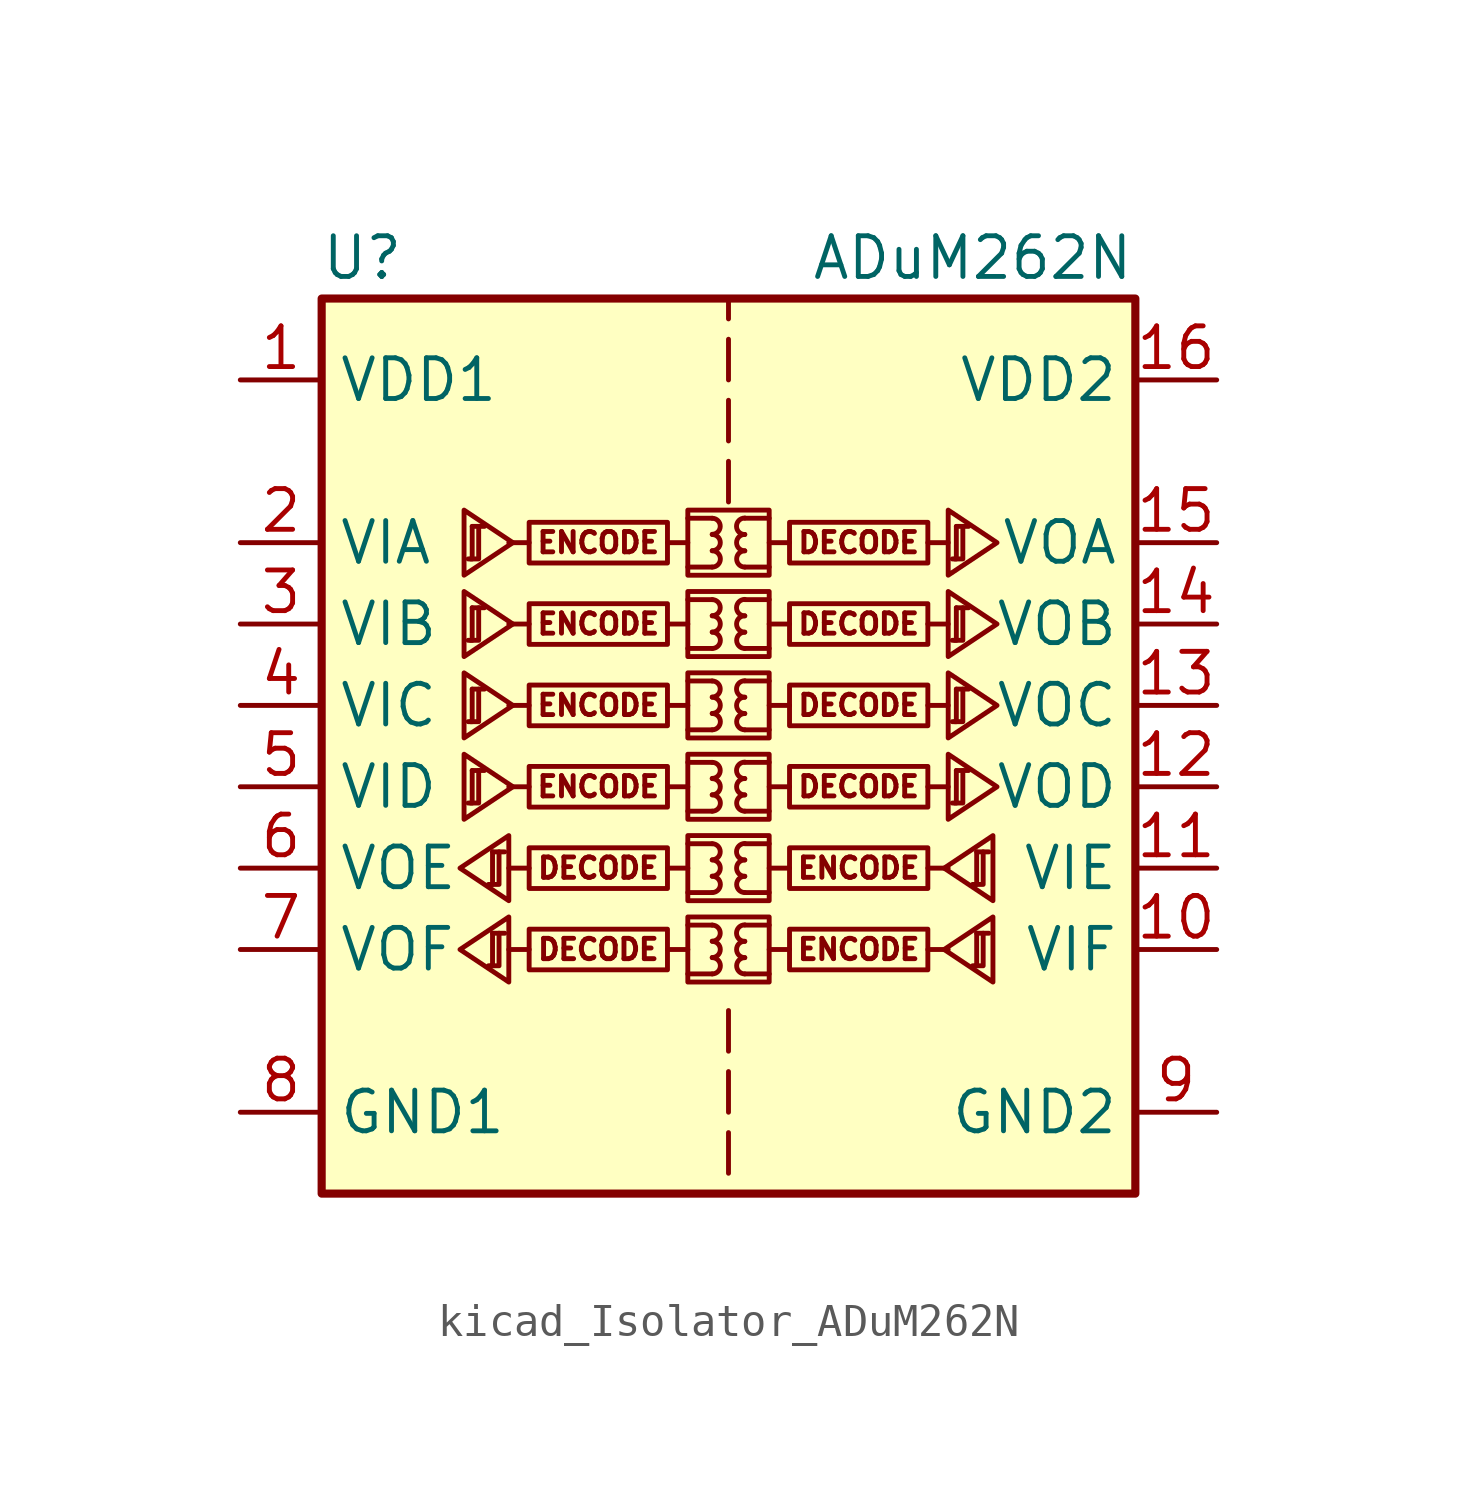
<source format=kicad_sym>
(kicad_symbol_lib
  (version 20220914)
  (generator kicad_symbol_editor)
  (symbol "kicad_Isolator_ADuM262N"
    (property "Reference" "U"
      (at -11.43 16.51 0)
      (effects (font (size 1.27 1.27))))
    (property "Value" "ADuM262N"
      (at 7.62 16.51 0)
      (effects (font (size 1.27 1.27))))
    (symbol "kicad_Isolator_ADuM262N_1_0"
      (rectangle (start -1.27 -4.064) (end 1.27 -6.096) (stroke (width 0) (type default)) (fill (type none)))
      (rectangle (start -1.27 -1.524) (end 1.27 -3.556) (stroke (width 0) (type default)) (fill (type none)))
      (rectangle (start -1.27 1.016) (end 1.27 -1.016) (stroke (width 0) (type default)) (fill (type none)))
      (rectangle (start -1.27 3.556) (end 1.27 1.524) (stroke (width 0) (type default)) (fill (type none)))
      (rectangle (start -1.27 6.096) (end 1.27 4.064) (stroke (width 0) (type default)) (fill (type none)))
      (rectangle (start -1.27 8.636) (end 1.27 6.604) (stroke (width 0) (type default)) (fill (type none)))
      (arc (start -0.508 -5.842) (mid -0.2551 -5.588) (end -0.508 -5.334) (stroke (width 0) (type default)) (fill (type none)))
      (arc (start -0.508 -5.334) (mid -0.2551 -5.08) (end -0.508 -4.826) (stroke (width 0) (type default)) (fill (type none)))
      (arc (start -0.508 -4.826) (mid -0.2551 -4.572) (end -0.508 -4.318) (stroke (width 0) (type default)) (fill (type none)))
      (arc (start -0.508 -3.302) (mid -0.2551 -3.048) (end -0.508 -2.794) (stroke (width 0) (type default)) (fill (type none)))
      (arc (start -0.508 -2.794) (mid -0.2551 -2.54) (end -0.508 -2.286) (stroke (width 0) (type default)) (fill (type none)))
      (arc (start -0.508 -2.286) (mid -0.2551 -2.032) (end -0.508 -1.778) (stroke (width 0) (type default)) (fill (type none)))
      (arc (start -0.508 -0.762) (mid -0.2551 -0.508) (end -0.508 -0.254) (stroke (width 0) (type default)) (fill (type none)))
      (arc (start -0.508 -0.254) (mid -0.2551 0) (end -0.508 0.254) (stroke (width 0) (type default)) (fill (type none)))
      (arc (start -0.508 0.254) (mid -0.2551 0.508) (end -0.508 0.762) (stroke (width 0) (type default)) (fill (type none)))
      (arc (start -0.508 1.778) (mid -0.2551 2.032) (end -0.508 2.286) (stroke (width 0) (type default)) (fill (type none)))
      (arc (start -0.508 2.286) (mid -0.2551 2.54) (end -0.508 2.794) (stroke (width 0) (type default)) (fill (type none)))
      (arc (start -0.508 2.794) (mid -0.2551 3.048) (end -0.508 3.302) (stroke (width 0) (type default)) (fill (type none)))
      (arc (start -0.508 4.318) (mid -0.2551 4.572) (end -0.508 4.826) (stroke (width 0) (type default)) (fill (type none)))
      (arc (start -0.508 4.826) (mid -0.2551 5.08) (end -0.508 5.334) (stroke (width 0) (type default)) (fill (type none)))
      (arc (start -0.508 5.334) (mid -0.2551 5.588) (end -0.508 5.842) (stroke (width 0) (type default)) (fill (type none)))
      (arc (start -0.508 6.858) (mid -0.2551 7.112) (end -0.508 7.366) (stroke (width 0) (type default)) (fill (type none)))
      (arc (start -0.508 7.366) (mid -0.2551 7.62) (end -0.508 7.874) (stroke (width 0) (type default)) (fill (type none)))
      (arc (start -0.508 7.874) (mid -0.2551 8.128) (end -0.508 8.382) (stroke (width 0) (type default)) (fill (type none)))
      (polyline (pts (xy -6.223 -5.08) (xy -6.858 -5.08)) (stroke (width 0) (type default)) (fill (type none)))
      (polyline (pts (xy -6.223 -2.54) (xy -6.858 -2.54)) (stroke (width 0) (type default)) (fill (type none)))
      (polyline (pts (xy -6.223 0) (xy -6.858 0)) (stroke (width 0) (type default)) (fill (type none)))
      (polyline (pts (xy -6.223 2.54) (xy -6.858 2.54)) (stroke (width 0) (type default)) (fill (type none)))
      (polyline (pts (xy -6.223 5.08) (xy -6.858 5.08)) (stroke (width 0) (type default)) (fill (type none)))
      (polyline (pts (xy -6.223 7.62) (xy -6.858 7.62)) (stroke (width 0) (type default)) (fill (type none)))
      (polyline (pts (xy -1.905 -5.08) (xy -1.27 -5.08)) (stroke (width 0) (type default)) (fill (type none)))
      (polyline (pts (xy -1.905 -2.54) (xy -1.27 -2.54)) (stroke (width 0) (type default)) (fill (type none)))
      (polyline (pts (xy -1.905 0) (xy -1.27 0)) (stroke (width 0) (type default)) (fill (type none)))
      (polyline (pts (xy -1.905 2.54) (xy -1.27 2.54)) (stroke (width 0) (type default)) (fill (type none)))
      (polyline (pts (xy -1.905 5.08) (xy -1.27 5.08)) (stroke (width 0) (type default)) (fill (type none)))
      (polyline (pts (xy -1.905 7.62) (xy -1.27 7.62)) (stroke (width 0) (type default)) (fill (type none)))
      (polyline (pts (xy -1.27 -5.842) (xy -0.508 -5.842)) (stroke (width 0) (type default)) (fill (type none)))
      (polyline (pts (xy -1.27 -4.318) (xy -0.508 -4.318)) (stroke (width 0) (type default)) (fill (type none)))
      (polyline (pts (xy -1.27 -3.302) (xy -0.508 -3.302)) (stroke (width 0) (type default)) (fill (type none)))
      (polyline (pts (xy -1.27 -1.778) (xy -0.508 -1.778)) (stroke (width 0) (type default)) (fill (type none)))
      (polyline (pts (xy -1.27 -0.762) (xy -0.508 -0.762)) (stroke (width 0) (type default)) (fill (type none)))
      (polyline (pts (xy -1.27 0.762) (xy -0.508 0.762)) (stroke (width 0) (type default)) (fill (type none)))
      (polyline (pts (xy -1.27 1.778) (xy -0.508 1.778)) (stroke (width 0) (type default)) (fill (type none)))
      (polyline (pts (xy -1.27 3.302) (xy -0.508 3.302)) (stroke (width 0) (type default)) (fill (type none)))
      (polyline (pts (xy -1.27 4.318) (xy -0.508 4.318)) (stroke (width 0) (type default)) (fill (type none)))
      (polyline (pts (xy -1.27 5.842) (xy -0.508 5.842)) (stroke (width 0) (type default)) (fill (type none)))
      (polyline (pts (xy -1.27 6.858) (xy -0.508 6.858)) (stroke (width 0) (type default)) (fill (type none)))
      (polyline (pts (xy -1.27 8.382) (xy -0.508 8.382)) (stroke (width 0) (type default)) (fill (type none)))
      (polyline (pts (xy 0 -10.795) (xy 0 -12.065)) (stroke (width 0) (type default)) (fill (type none)))
      (polyline (pts (xy 0 -8.89) (xy 0 -10.16)) (stroke (width 0) (type default)) (fill (type none)))
      (polyline (pts (xy 0 -6.985) (xy 0 -8.255)) (stroke (width 0) (type default)) (fill (type none)))
      (polyline (pts (xy 0 8.89) (xy 0 10.16)) (stroke (width 0) (type default)) (fill (type none)))
      (polyline (pts (xy 0 10.795) (xy 0 12.065)) (stroke (width 0) (type default)) (fill (type none)))
      (polyline (pts (xy 0 12.7) (xy 0 13.97)) (stroke (width 0) (type default)) (fill (type none)))
      (polyline (pts (xy 0 15.24) (xy 0 14.605)) (stroke (width 0) (type default)) (fill (type none)))
      (polyline (pts (xy 1.27 -5.842) (xy 0.508 -5.842)) (stroke (width 0) (type default)) (fill (type none)))
      (polyline (pts (xy 1.27 -4.318) (xy 0.508 -4.318)) (stroke (width 0) (type default)) (fill (type none)))
      (polyline (pts (xy 1.27 -3.302) (xy 0.508 -3.302)) (stroke (width 0) (type default)) (fill (type none)))
      (polyline (pts (xy 1.27 -1.778) (xy 0.508 -1.778)) (stroke (width 0) (type default)) (fill (type none)))
      (polyline (pts (xy 1.27 -0.762) (xy 0.508 -0.762)) (stroke (width 0) (type default)) (fill (type none)))
      (polyline (pts (xy 1.27 0.762) (xy 0.508 0.762)) (stroke (width 0) (type default)) (fill (type none)))
      (polyline (pts (xy 1.27 1.778) (xy 0.508 1.778)) (stroke (width 0) (type default)) (fill (type none)))
      (polyline (pts (xy 1.27 3.302) (xy 0.508 3.302)) (stroke (width 0) (type default)) (fill (type none)))
      (polyline (pts (xy 1.27 4.318) (xy 0.508 4.318)) (stroke (width 0) (type default)) (fill (type none)))
      (polyline (pts (xy 1.27 5.842) (xy 0.508 5.842)) (stroke (width 0) (type default)) (fill (type none)))
      (polyline (pts (xy 1.27 6.858) (xy 0.508 6.858)) (stroke (width 0) (type default)) (fill (type none)))
      (polyline (pts (xy 1.27 8.382) (xy 0.508 8.382)) (stroke (width 0) (type default)) (fill (type none)))
      (polyline (pts (xy 1.905 -5.08) (xy 1.27 -5.08)) (stroke (width 0) (type default)) (fill (type none)))
      (polyline (pts (xy 1.905 -2.54) (xy 1.27 -2.54)) (stroke (width 0) (type default)) (fill (type none)))
      (polyline (pts (xy 1.905 0) (xy 1.27 0)) (stroke (width 0) (type default)) (fill (type none)))
      (polyline (pts (xy 1.905 2.54) (xy 1.27 2.54)) (stroke (width 0) (type default)) (fill (type none)))
      (polyline (pts (xy 1.905 5.08) (xy 1.27 5.08)) (stroke (width 0) (type default)) (fill (type none)))
      (polyline (pts (xy 1.905 7.62) (xy 1.27 7.62)) (stroke (width 0) (type default)) (fill (type none)))
      (polyline (pts (xy 6.223 -5.08) (xy 6.858 -5.08)) (stroke (width 0) (type default)) (fill (type none)))
      (polyline (pts (xy 6.223 -2.54) (xy 6.858 -2.54)) (stroke (width 0) (type default)) (fill (type none)))
      (polyline (pts (xy 6.223 0) (xy 6.858 0)) (stroke (width 0) (type default)) (fill (type none)))
      (polyline (pts (xy 6.223 2.54) (xy 6.858 2.54)) (stroke (width 0) (type default)) (fill (type none)))
      (polyline (pts (xy 6.223 5.08) (xy 6.858 5.08)) (stroke (width 0) (type default)) (fill (type none)))
      (polyline (pts (xy 6.223 7.62) (xy 6.858 7.62)) (stroke (width 0) (type default)) (fill (type none)))
      (arc (start 0.508 -5.334) (mid 0.2551 -5.588) (end 0.508 -5.842) (stroke (width 0) (type default)) (fill (type none)))
      (arc (start 0.508 -4.826) (mid 0.2551 -5.08) (end 0.508 -5.334) (stroke (width 0) (type default)) (fill (type none)))
      (arc (start 0.508 -4.318) (mid 0.2551 -4.572) (end 0.508 -4.826) (stroke (width 0) (type default)) (fill (type none)))
      (arc (start 0.508 -2.794) (mid 0.2551 -3.048) (end 0.508 -3.302) (stroke (width 0) (type default)) (fill (type none)))
      (arc (start 0.508 -2.286) (mid 0.2551 -2.54) (end 0.508 -2.794) (stroke (width 0) (type default)) (fill (type none)))
      (arc (start 0.508 -1.778) (mid 0.2551 -2.032) (end 0.508 -2.286) (stroke (width 0) (type default)) (fill (type none)))
      (arc (start 0.508 -0.254) (mid 0.2551 -0.508) (end 0.508 -0.762) (stroke (width 0) (type default)) (fill (type none)))
      (arc (start 0.508 0.254) (mid 0.2551 0) (end 0.508 -0.254) (stroke (width 0) (type default)) (fill (type none)))
      (arc (start 0.508 0.762) (mid 0.2551 0.508) (end 0.508 0.254) (stroke (width 0) (type default)) (fill (type none)))
      (arc (start 0.508 2.286) (mid 0.2551 2.032) (end 0.508 1.778) (stroke (width 0) (type default)) (fill (type none)))
      (arc (start 0.508 2.794) (mid 0.2551 2.54) (end 0.508 2.286) (stroke (width 0) (type default)) (fill (type none)))
      (arc (start 0.508 3.302) (mid 0.2551 3.048) (end 0.508 2.794) (stroke (width 0) (type default)) (fill (type none)))
      (arc (start 0.508 4.826) (mid 0.2551 4.572) (end 0.508 4.318) (stroke (width 0) (type default)) (fill (type none)))
      (arc (start 0.508 5.334) (mid 0.2551 5.08) (end 0.508 4.826) (stroke (width 0) (type default)) (fill (type none)))
      (arc (start 0.508 5.842) (mid 0.2551 5.588) (end 0.508 5.334) (stroke (width 0) (type default)) (fill (type none)))
      (arc (start 0.508 7.366) (mid 0.2551 7.112) (end 0.508 6.858) (stroke (width 0) (type default)) (fill (type none)))
      (arc (start 0.508 7.874) (mid 0.2551 7.62) (end 0.508 7.366) (stroke (width 0) (type default)) (fill (type none)))
      (arc (start 0.508 8.382) (mid 0.2551 8.128) (end 0.508 7.874) (stroke (width 0) (type default)) (fill (type none)))
      (rectangle (start 1.905 -4.445) (end 6.223 -5.715) (stroke (width 0) (type default)) (fill (type none)))
      (rectangle (start 1.905 -1.905) (end 6.223 -3.175) (stroke (width 0) (type default)) (fill (type none)))
      (rectangle (start 1.905 0.635) (end 6.223 -0.635) (stroke (width 0) (type default)) (fill (type none)))
      (rectangle (start 1.905 3.175) (end 6.223 1.905) (stroke (width 0) (type default)) (fill (type none)))
      (rectangle (start 1.905 5.715) (end 6.223 4.445) (stroke (width 0) (type default)) (fill (type none)))
      (rectangle (start 1.905 8.255) (end 6.223 6.985) (stroke (width 0) (type default)) (fill (type none)))
      (text "DECODE" (at -4.064 -5.08 0) (effects (font (size 0.635 0.635))))
      (text "DECODE" (at -4.064 -2.54 0) (effects (font (size 0.635 0.635))))
      (text "DECODE" (at 4.064 0 0) (effects (font (size 0.635 0.635))))
      (text "DECODE" (at 4.064 2.54 0) (effects (font (size 0.635 0.635))))
      (text "DECODE" (at 4.064 5.08 0) (effects (font (size 0.635 0.635))))
      (text "DECODE" (at 4.064 7.62 0) (effects (font (size 0.635 0.635))))
      (text "ENCODE" (at -4.064 0 0) (effects (font (size 0.635 0.635))))
      (text "ENCODE" (at -4.064 2.54 0) (effects (font (size 0.635 0.635))))
      (text "ENCODE" (at -4.064 5.08 0) (effects (font (size 0.635 0.635))))
      (text "ENCODE" (at -4.064 7.62 0) (effects (font (size 0.635 0.635))))
      (text "ENCODE" (at 4.064 -5.08 0) (effects (font (size 0.635 0.635))))
      (text "ENCODE" (at 4.064 -2.54 0) (effects (font (size 0.635 0.635)))))
    (symbol "kicad_Isolator_ADuM262N_1_1"
      (rectangle (start -12.7 15.24) (end 12.7 -12.7) (stroke (width 0.254) (type default)) (fill (type background)))
      (rectangle (start -1.905 -4.445) (end -6.223 -5.715) (stroke (width 0) (type default)) (fill (type none)))
      (rectangle (start -1.905 -1.905) (end -6.223 -3.175) (stroke (width 0) (type default)) (fill (type none)))
      (rectangle (start -1.905 0.635) (end -6.223 -0.635) (stroke (width 0) (type default)) (fill (type none)))
      (rectangle (start -1.905 3.175) (end -6.223 1.905) (stroke (width 0) (type default)) (fill (type none)))
      (rectangle (start -1.905 5.715) (end -6.223 4.445) (stroke (width 0) (type default)) (fill (type none)))
      (rectangle (start -1.905 8.255) (end -6.223 6.985) (stroke (width 0) (type default)) (fill (type none)))
      (polyline (pts (xy -8.001 0.508) (xy -7.62 0.508)) (stroke (width 0) (type default)) (fill (type none)))
      (polyline (pts (xy -8.001 3.048) (xy -7.62 3.048)) (stroke (width 0) (type default)) (fill (type none)))
      (polyline (pts (xy -8.001 5.588) (xy -7.62 5.588)) (stroke (width 0) (type default)) (fill (type none)))
      (polyline (pts (xy -8.001 8.128) (xy -7.62 8.128)) (stroke (width 0) (type default)) (fill (type none)))
      (polyline (pts (xy -7.366 -4.572) (xy -6.985 -4.572)) (stroke (width 0) (type default)) (fill (type none)))
      (polyline (pts (xy -7.366 -2.032) (xy -6.985 -2.032)) (stroke (width 0) (type default)) (fill (type none)))
      (polyline (pts (xy 7.112 0.508) (xy 7.493 0.508)) (stroke (width 0) (type default)) (fill (type none)))
      (polyline (pts (xy 7.112 3.048) (xy 7.493 3.048)) (stroke (width 0) (type default)) (fill (type none)))
      (polyline (pts (xy 7.112 5.588) (xy 7.493 5.588)) (stroke (width 0) (type default)) (fill (type none)))
      (polyline (pts (xy 7.112 8.128) (xy 7.493 8.128)) (stroke (width 0) (type default)) (fill (type none)))
      (polyline (pts (xy 7.747 -4.572) (xy 8.128 -4.572)) (stroke (width 0) (type default)) (fill (type none)))
      (polyline (pts (xy 7.747 -2.032) (xy 8.128 -2.032)) (stroke (width 0) (type default)) (fill (type none)))
      (polyline (pts (xy -8.052 -0.508) (xy -7.798 -0.508) (xy -7.798 0.508)) (stroke (width 0) (type default)) (fill (type none)))
      (polyline (pts (xy -8.052 2.032) (xy -7.798 2.032) (xy -7.798 3.048)) (stroke (width 0) (type default)) (fill (type none)))
      (polyline (pts (xy -8.052 4.572) (xy -7.798 4.572) (xy -7.798 5.588)) (stroke (width 0) (type default)) (fill (type none)))
      (polyline (pts (xy -8.052 7.112) (xy -7.798 7.112) (xy -7.798 8.128)) (stroke (width 0) (type default)) (fill (type none)))
      (polyline (pts (xy -8.001 0.508) (xy -8.001 -0.508) (xy -8.128 -0.508)) (stroke (width 0) (type default)) (fill (type none)))
      (polyline (pts (xy -8.001 3.048) (xy -8.001 2.032) (xy -8.128 2.032)) (stroke (width 0) (type default)) (fill (type none)))
      (polyline (pts (xy -8.001 5.588) (xy -8.001 4.572) (xy -8.128 4.572)) (stroke (width 0) (type default)) (fill (type none)))
      (polyline (pts (xy -8.001 8.128) (xy -8.001 7.112) (xy -8.128 7.112)) (stroke (width 0) (type default)) (fill (type none)))
      (polyline (pts (xy -7.417 -5.588) (xy -7.163 -5.588) (xy -7.163 -4.572)) (stroke (width 0) (type default)) (fill (type none)))
      (polyline (pts (xy -7.417 -3.048) (xy -7.163 -3.048) (xy -7.163 -2.032)) (stroke (width 0) (type default)) (fill (type none)))
      (polyline (pts (xy -7.366 -4.572) (xy -7.366 -5.588) (xy -7.493 -5.588)) (stroke (width 0) (type default)) (fill (type none)))
      (polyline (pts (xy -7.366 -2.032) (xy -7.366 -3.048) (xy -7.493 -3.048)) (stroke (width 0) (type default)) (fill (type none)))
      (polyline (pts (xy 7.061 -0.508) (xy 7.315 -0.508) (xy 7.315 0.508)) (stroke (width 0) (type default)) (fill (type none)))
      (polyline (pts (xy 7.061 2.032) (xy 7.315 2.032) (xy 7.315 3.048)) (stroke (width 0) (type default)) (fill (type none)))
      (polyline (pts (xy 7.061 4.572) (xy 7.315 4.572) (xy 7.315 5.588)) (stroke (width 0) (type default)) (fill (type none)))
      (polyline (pts (xy 7.061 7.112) (xy 7.315 7.112) (xy 7.315 8.128)) (stroke (width 0) (type default)) (fill (type none)))
      (polyline (pts (xy 7.112 0.508) (xy 7.112 -0.508) (xy 6.985 -0.508)) (stroke (width 0) (type default)) (fill (type none)))
      (polyline (pts (xy 7.112 3.048) (xy 7.112 2.032) (xy 6.985 2.032)) (stroke (width 0) (type default)) (fill (type none)))
      (polyline (pts (xy 7.112 5.588) (xy 7.112 4.572) (xy 6.985 4.572)) (stroke (width 0) (type default)) (fill (type none)))
      (polyline (pts (xy 7.112 8.128) (xy 7.112 7.112) (xy 6.985 7.112)) (stroke (width 0) (type default)) (fill (type none)))
      (polyline (pts (xy 7.696 -5.588) (xy 7.95 -5.588) (xy 7.95 -4.572)) (stroke (width 0) (type default)) (fill (type none)))
      (polyline (pts (xy 7.696 -3.048) (xy 7.95 -3.048) (xy 7.95 -2.032)) (stroke (width 0) (type default)) (fill (type none)))
      (polyline (pts (xy 7.747 -4.572) (xy 7.747 -5.588) (xy 7.62 -5.588)) (stroke (width 0) (type default)) (fill (type none)))
      (polyline (pts (xy 7.747 -2.032) (xy 7.747 -3.048) (xy 7.62 -3.048)) (stroke (width 0) (type default)) (fill (type none)))
      (polyline (pts (xy -8.382 -5.08) (xy -6.858 -4.064) (xy -6.858 -6.096) (xy -8.382 -5.08)) (stroke (width 0) (type default)) (fill (type none)))
      (polyline (pts (xy -8.382 -2.54) (xy -6.858 -1.524) (xy -6.858 -3.556) (xy -8.382 -2.54)) (stroke (width 0) (type default)) (fill (type none)))
      (polyline (pts (xy -6.731 0) (xy -8.255 1.016) (xy -8.255 -1.016) (xy -6.731 0)) (stroke (width 0) (type default)) (fill (type none)))
      (polyline (pts (xy -6.731 2.54) (xy -8.255 3.556) (xy -8.255 1.524) (xy -6.731 2.54)) (stroke (width 0) (type default)) (fill (type none)))
      (polyline (pts (xy -6.731 5.08) (xy -8.255 6.096) (xy -8.255 4.064) (xy -6.731 5.08)) (stroke (width 0) (type default)) (fill (type none)))
      (polyline (pts (xy -6.731 7.62) (xy -8.255 8.636) (xy -8.255 6.604) (xy -6.731 7.62)) (stroke (width 0) (type default)) (fill (type none)))
      (polyline (pts (xy 6.731 -5.08) (xy 8.255 -4.064) (xy 8.255 -6.096) (xy 6.731 -5.08)) (stroke (width 0) (type default)) (fill (type none)))
      (polyline (pts (xy 6.731 -2.54) (xy 8.255 -1.524) (xy 8.255 -3.556) (xy 6.731 -2.54)) (stroke (width 0) (type default)) (fill (type none)))
      (polyline (pts (xy 8.382 0) (xy 6.858 1.016) (xy 6.858 -1.016) (xy 8.382 0)) (stroke (width 0) (type default)) (fill (type none)))
      (polyline (pts (xy 8.382 2.54) (xy 6.858 3.556) (xy 6.858 1.524) (xy 8.382 2.54)) (stroke (width 0) (type default)) (fill (type none)))
      (polyline (pts (xy 8.382 5.08) (xy 6.858 6.096) (xy 6.858 4.064) (xy 8.382 5.08)) (stroke (width 0) (type default)) (fill (type none)))
      (polyline (pts (xy 8.382 7.62) (xy 6.858 8.636) (xy 6.858 6.604) (xy 8.382 7.62)) (stroke (width 0) (type default)) (fill (type none)))
      (pin power_in line (at -15.24 12.7 0) (length 2.54) (name "VDD1" (effects (font (size 1.27 1.27)))) (number "1" (effects (font (size 1.27 1.27)))))
      (pin input line (at 15.24 -5.08 180) (length 2.54) (name "VIF" (effects (font (size 1.27 1.27)))) (number "10" (effects (font (size 1.27 1.27)))))
      (pin input line (at 15.24 -2.54 180) (length 2.54) (name "VIE" (effects (font (size 1.27 1.27)))) (number "11" (effects (font (size 1.27 1.27)))))
      (pin output line (at 15.24 0 180) (length 2.54) (name "VOD" (effects (font (size 1.27 1.27)))) (number "12" (effects (font (size 1.27 1.27)))))
      (pin output line (at 15.24 2.54 180) (length 2.54) (name "VOC" (effects (font (size 1.27 1.27)))) (number "13" (effects (font (size 1.27 1.27)))))
      (pin output line (at 15.24 5.08 180) (length 2.54) (name "VOB" (effects (font (size 1.27 1.27)))) (number "14" (effects (font (size 1.27 1.27)))))
      (pin output line (at 15.24 7.62 180) (length 2.54) (name "VOA" (effects (font (size 1.27 1.27)))) (number "15" (effects (font (size 1.27 1.27)))))
      (pin power_in line (at 15.24 12.7 180) (length 2.54) (name "VDD2" (effects (font (size 1.27 1.27)))) (number "16" (effects (font (size 1.27 1.27)))))
      (pin input line (at -15.24 7.62 0) (length 2.54) (name "VIA" (effects (font (size 1.27 1.27)))) (number "2" (effects (font (size 1.27 1.27)))))
      (pin input line (at -15.24 5.08 0) (length 2.54) (name "VIB" (effects (font (size 1.27 1.27)))) (number "3" (effects (font (size 1.27 1.27)))))
      (pin input line (at -15.24 2.54 0) (length 2.54) (name "VIC" (effects (font (size 1.27 1.27)))) (number "4" (effects (font (size 1.27 1.27)))))
      (pin input line (at -15.24 0 0) (length 2.54) (name "VID" (effects (font (size 1.27 1.27)))) (number "5" (effects (font (size 1.27 1.27)))))
      (pin output line (at -15.24 -2.54 0) (length 2.54) (name "VOE" (effects (font (size 1.27 1.27)))) (number "6" (effects (font (size 1.27 1.27)))))
      (pin output line (at -15.24 -5.08 0) (length 2.54) (name "VOF" (effects (font (size 1.27 1.27)))) (number "7" (effects (font (size 1.27 1.27)))))
      (pin power_in line (at -15.24 -10.16 0) (length 2.54) (name "GND1" (effects (font (size 1.27 1.27)))) (number "8" (effects (font (size 1.27 1.27)))))
      (pin power_in line (at 15.24 -10.16 180) (length 2.54) (name "GND2" (effects (font (size 1.27 1.27)))) (number "9" (effects (font (size 1.27 1.27))))))))
</source>
